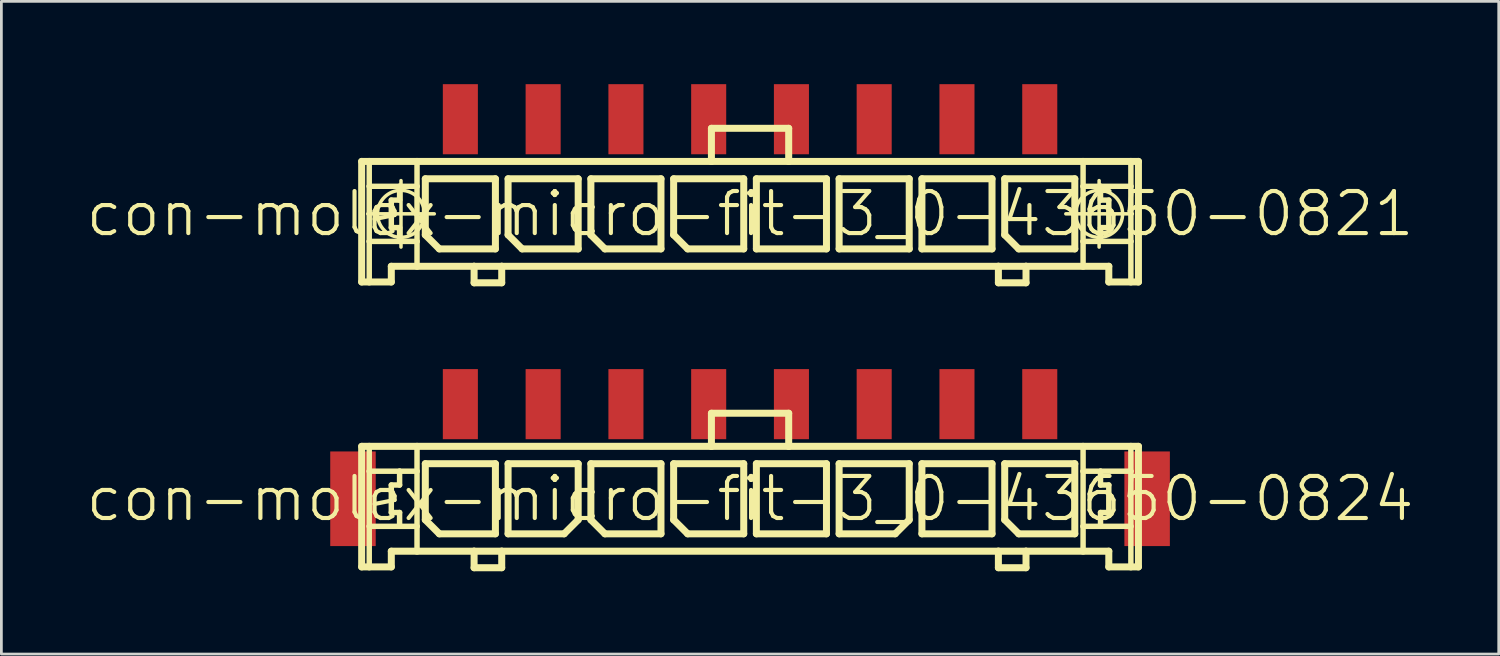
<source format=kicad_pcb>
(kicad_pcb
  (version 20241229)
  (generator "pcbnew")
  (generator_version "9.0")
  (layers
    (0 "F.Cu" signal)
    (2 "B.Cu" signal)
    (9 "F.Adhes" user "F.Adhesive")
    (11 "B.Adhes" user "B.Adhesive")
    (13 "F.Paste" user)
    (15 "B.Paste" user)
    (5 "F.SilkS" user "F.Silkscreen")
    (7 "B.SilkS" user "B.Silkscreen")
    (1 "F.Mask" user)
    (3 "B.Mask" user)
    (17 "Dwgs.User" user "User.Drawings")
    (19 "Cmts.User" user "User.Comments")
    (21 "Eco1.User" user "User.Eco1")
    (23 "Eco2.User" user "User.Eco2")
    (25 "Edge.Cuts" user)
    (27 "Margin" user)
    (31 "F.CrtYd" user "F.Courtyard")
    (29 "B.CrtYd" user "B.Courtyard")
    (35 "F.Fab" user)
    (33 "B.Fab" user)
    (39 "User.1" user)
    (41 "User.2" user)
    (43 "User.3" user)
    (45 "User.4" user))
  (footprint "con-molex-micro-fit-3_0-43650-0821"
    (layer "F.Cu")
    (at 24.13 4.699)
    (property "Reference" "con-molex-micro-fit-3_0-43650-0821" (at 0 0 0) (layer "F.SilkS") (effects (font (size 1.524 1.524) (thickness 0.15))))
    (attr smd)
    (fp_line (start -14.074 -1.9) (end -13.8 -1.9) (stroke (width 0.254) (type solid)) (layer "F.SilkS"))
    (fp_line (start -14.074 2.469) (end -14.074 -1.9) (stroke (width 0.254) (type solid)) (layer "F.SilkS"))
    (fp_line (start -13.853 0) (end -11.443 0) (stroke (width 0.127) (type solid)) (layer "F.SilkS"))
    (fp_line (start -13.8 -1.9) (end -12.068 -1.9) (stroke (width 0.254) (type solid)) (layer "F.SilkS"))
    (fp_line (start -13.8 -0.998) (end -13.8 -1.9) (stroke (width 0.198) (type solid)) (layer "F.SilkS"))
    (fp_line (start -13.8 0.998) (end -13.8 -0.998) (stroke (width 0.198) (type solid)) (layer "F.SilkS"))
    (fp_line (start -13.8 2.469) (end -14.074 2.469) (stroke (width 0.254) (type solid)) (layer "F.SilkS"))
    (fp_line (start -13.8 2.469) (end -13.8 0.998) (stroke (width 0.198) (type solid)) (layer "F.SilkS"))
    (fp_line (start -13 -0.498) (end -13 0.498) (stroke (width 0.198) (type solid)) (layer "F.SilkS"))
    (fp_line (start -13 0.498) (end -12.7 0.498) (stroke (width 0.198) (type solid)) (layer "F.SilkS"))
    (fp_line (start -13 1.9) (end -13 2.469) (stroke (width 0.254) (type solid)) (layer "F.SilkS"))
    (fp_line (start -13 2.469) (end -13.8 2.469) (stroke (width 0.254) (type solid)) (layer "F.SilkS"))
    (fp_line (start -12.7 -0.998) (end -13.8 -0.998) (stroke (width 0.198) (type solid)) (layer "F.SilkS"))
    (fp_line (start -12.7 -0.998) (end -12.7 -0.498) (stroke (width 0.198) (type solid)) (layer "F.SilkS"))
    (fp_line (start -12.7 -0.498) (end -13 -0.498) (stroke (width 0.198) (type solid)) (layer "F.SilkS"))
    (fp_line (start -12.7 0.498) (end -12.7 0.998) (stroke (width 0.198) (type solid)) (layer "F.SilkS"))
    (fp_line (start -12.7 0.998) (end -13.8 0.998) (stroke (width 0.198) (type solid)) (layer "F.SilkS"))
    (fp_line (start -12.649 1.204) (end -12.649 -1.204) (stroke (width 0.127) (type solid)) (layer "F.SilkS"))
    (fp_line (start -12.068 -1.9) (end -1.4 -1.9) (stroke (width 0.254) (type solid)) (layer "F.SilkS"))
    (fp_line (start -12.068 -0.998) (end -12.7 -0.998) (stroke (width 0.198) (type solid)) (layer "F.SilkS"))
    (fp_line (start -12.068 -0.998) (end -12.068 -1.9) (stroke (width 0.198) (type solid)) (layer "F.SilkS"))
    (fp_line (start -12.068 0.998) (end -12.7 0.998) (stroke (width 0.198) (type solid)) (layer "F.SilkS"))
    (fp_line (start -12.068 0.998) (end -12.068 -0.998) (stroke (width 0.198) (type solid)) (layer "F.SilkS"))
    (fp_line (start -12.068 1.9) (end -13 1.9) (stroke (width 0.254) (type solid)) (layer "F.SilkS"))
    (fp_line (start -12.068 1.9) (end -12.068 0.998) (stroke (width 0.198) (type solid)) (layer "F.SilkS"))
    (fp_line (start -11.768 -1.27) (end -9.228 -1.27) (stroke (width 0.254) (type solid)) (layer "F.SilkS"))
    (fp_line (start -11.768 0.762) (end -11.768 -1.27) (stroke (width 0.254) (type solid)) (layer "F.SilkS"))
    (fp_line (start -11.26 1.27) (end -11.768 0.762) (stroke (width 0.254) (type solid)) (layer "F.SilkS"))
    (fp_line (start -10 1.9) (end -12.068 1.9) (stroke (width 0.254) (type solid)) (layer "F.SilkS"))
    (fp_line (start -10 1.9) (end -10 2.499) (stroke (width 0.254) (type solid)) (layer "F.SilkS"))
    (fp_line (start -10 2.499) (end -8.999 2.499) (stroke (width 0.254) (type solid)) (layer "F.SilkS"))
    (fp_line (start -9.228 -1.27) (end -9.228 1.27) (stroke (width 0.254) (type solid)) (layer "F.SilkS"))
    (fp_line (start -9.228 1.27) (end -11.26 1.27) (stroke (width 0.254) (type solid)) (layer "F.SilkS"))
    (fp_line (start -8.999 1.9) (end -10 1.9) (stroke (width 0.254) (type solid)) (layer "F.SilkS"))
    (fp_line (start -8.999 2.499) (end -8.999 1.9) (stroke (width 0.254) (type solid)) (layer "F.SilkS"))
    (fp_line (start -8.768 -1.27) (end -6.228 -1.27) (stroke (width 0.254) (type solid)) (layer "F.SilkS"))
    (fp_line (start -8.768 0.762) (end -8.768 -1.27) (stroke (width 0.254) (type solid)) (layer "F.SilkS"))
    (fp_line (start -8.26 1.27) (end -8.768 0.762) (stroke (width 0.254) (type solid)) (layer "F.SilkS"))
    (fp_line (start -6.228 -1.27) (end -6.228 1.27) (stroke (width 0.254) (type solid)) (layer "F.SilkS"))
    (fp_line (start -6.228 1.27) (end -8.26 1.27) (stroke (width 0.254) (type solid)) (layer "F.SilkS"))
    (fp_line (start -5.768 -1.27) (end -3.228 -1.27) (stroke (width 0.254) (type solid)) (layer "F.SilkS"))
    (fp_line (start -5.768 0.762) (end -5.768 -1.27) (stroke (width 0.254) (type solid)) (layer "F.SilkS"))
    (fp_line (start -5.26 1.27) (end -5.768 0.762) (stroke (width 0.254) (type solid)) (layer "F.SilkS"))
    (fp_line (start -3.228 -1.27) (end -3.228 1.27) (stroke (width 0.254) (type solid)) (layer "F.SilkS"))
    (fp_line (start -3.228 1.27) (end -5.26 1.27) (stroke (width 0.254) (type solid)) (layer "F.SilkS"))
    (fp_line (start -2.769 -1.27) (end -0.229 -1.27) (stroke (width 0.254) (type solid)) (layer "F.SilkS"))
    (fp_line (start -2.769 0.762) (end -2.769 -1.27) (stroke (width 0.254) (type solid)) (layer "F.SilkS"))
    (fp_line (start -2.261 1.27) (end -2.769 0.762) (stroke (width 0.254) (type solid)) (layer "F.SilkS"))
    (fp_line (start -1.4 -3.099) (end -1.4 -1.9) (stroke (width 0.254) (type solid)) (layer "F.SilkS"))
    (fp_line (start -1.4 -3.099) (end 1.4 -3.099) (stroke (width 0.254) (type solid)) (layer "F.SilkS"))
    (fp_line (start -1.4 -1.9) (end 1.4 -1.9) (stroke (width 0.254) (type solid)) (layer "F.SilkS"))
    (fp_line (start -0.229 -1.27) (end -0.229 1.27) (stroke (width 0.254) (type solid)) (layer "F.SilkS"))
    (fp_line (start -0.229 1.27) (end -2.261 1.27) (stroke (width 0.254) (type solid)) (layer "F.SilkS"))
    (fp_line (start 0.229 -1.27) (end 2.769 -1.27) (stroke (width 0.254) (type solid)) (layer "F.SilkS"))
    (fp_line (start 0.229 1.27) (end 0.229 -1.27) (stroke (width 0.254) (type solid)) (layer "F.SilkS"))
    (fp_line (start 1.4 -3.099) (end 1.4 -1.9) (stroke (width 0.254) (type solid)) (layer "F.SilkS"))
    (fp_line (start 1.4 -1.9) (end 12.068 -1.9) (stroke (width 0.254) (type solid)) (layer "F.SilkS"))
    (fp_line (start 2.769 -1.27) (end 2.769 1.27) (stroke (width 0.254) (type solid)) (layer "F.SilkS"))
    (fp_line (start 2.769 1.27) (end 0.229 1.27) (stroke (width 0.254) (type solid)) (layer "F.SilkS"))
    (fp_line (start 3.228 -1.27) (end 5.768 -1.27) (stroke (width 0.254) (type solid)) (layer "F.SilkS"))
    (fp_line (start 3.228 1.27) (end 3.228 -1.27) (stroke (width 0.254) (type solid)) (layer "F.SilkS"))
    (fp_line (start 5.768 -1.27) (end 5.768 1.27) (stroke (width 0.254) (type solid)) (layer "F.SilkS"))
    (fp_line (start 5.768 1.27) (end 3.228 1.27) (stroke (width 0.254) (type solid)) (layer "F.SilkS"))
    (fp_line (start 6.228 -1.27) (end 8.768 -1.27) (stroke (width 0.254) (type solid)) (layer "F.SilkS"))
    (fp_line (start 6.228 1.27) (end 6.228 -1.27) (stroke (width 0.254) (type solid)) (layer "F.SilkS"))
    (fp_line (start 8.768 -1.27) (end 8.768 1.27) (stroke (width 0.254) (type solid)) (layer "F.SilkS"))
    (fp_line (start 8.768 1.27) (end 6.228 1.27) (stroke (width 0.254) (type solid)) (layer "F.SilkS"))
    (fp_line (start 8.999 1.9) (end -8.999 1.9) (stroke (width 0.254) (type solid)) (layer "F.SilkS"))
    (fp_line (start 8.999 1.9) (end 8.999 2.499) (stroke (width 0.254) (type solid)) (layer "F.SilkS"))
    (fp_line (start 8.999 2.499) (end 10 2.499) (stroke (width 0.254) (type solid)) (layer "F.SilkS"))
    (fp_line (start 9.228 -1.27) (end 11.768 -1.27) (stroke (width 0.254) (type solid)) (layer "F.SilkS"))
    (fp_line (start 9.228 0.762) (end 9.228 -1.27) (stroke (width 0.254) (type solid)) (layer "F.SilkS"))
    (fp_line (start 9.736 1.27) (end 9.228 0.762) (stroke (width 0.254) (type solid)) (layer "F.SilkS"))
    (fp_line (start 10 1.9) (end 8.999 1.9) (stroke (width 0.254) (type solid)) (layer "F.SilkS"))
    (fp_line (start 10 2.499) (end 10 1.9) (stroke (width 0.254) (type solid)) (layer "F.SilkS"))
    (fp_line (start 11.443 0) (end 13.853 0) (stroke (width 0.127) (type solid)) (layer "F.SilkS"))
    (fp_line (start 11.768 -1.27) (end 11.768 1.27) (stroke (width 0.254) (type solid)) (layer "F.SilkS"))
    (fp_line (start 11.768 1.27) (end 9.736 1.27) (stroke (width 0.254) (type solid)) (layer "F.SilkS"))
    (fp_line (start 12.068 -1.9) (end 12.068 -0.998) (stroke (width 0.198) (type solid)) (layer "F.SilkS"))
    (fp_line (start 12.068 -1.9) (end 13.8 -1.9) (stroke (width 0.254) (type solid)) (layer "F.SilkS"))
    (fp_line (start 12.068 -0.998) (end 12.068 0.998) (stroke (width 0.198) (type solid)) (layer "F.SilkS"))
    (fp_line (start 12.068 -0.998) (end 12.7 -0.998) (stroke (width 0.198) (type solid)) (layer "F.SilkS"))
    (fp_line (start 12.068 0.998) (end 12.068 1.9) (stroke (width 0.198) (type solid)) (layer "F.SilkS"))
    (fp_line (start 12.068 0.998) (end 12.7 0.998) (stroke (width 0.198) (type solid)) (layer "F.SilkS"))
    (fp_line (start 12.068 1.9) (end 10 1.9) (stroke (width 0.254) (type solid)) (layer "F.SilkS"))
    (fp_line (start 12.649 1.204) (end 12.649 -1.204) (stroke (width 0.127) (type solid)) (layer "F.SilkS"))
    (fp_line (start 12.7 -0.998) (end 12.7 -0.498) (stroke (width 0.198) (type solid)) (layer "F.SilkS"))
    (fp_line (start 12.7 -0.998) (end 13.8 -0.998) (stroke (width 0.198) (type solid)) (layer "F.SilkS"))
    (fp_line (start 12.7 -0.498) (end 13 -0.498) (stroke (width 0.198) (type solid)) (layer "F.SilkS"))
    (fp_line (start 12.7 0.498) (end 12.7 0.998) (stroke (width 0.198) (type solid)) (layer "F.SilkS"))
    (fp_line (start 12.7 0.998) (end 13.8 0.998) (stroke (width 0.198) (type solid)) (layer "F.SilkS"))
    (fp_line (start 13 -0.498) (end 13 0.498) (stroke (width 0.198) (type solid)) (layer "F.SilkS"))
    (fp_line (start 13 0.498) (end 12.7 0.498) (stroke (width 0.198) (type solid)) (layer "F.SilkS"))
    (fp_line (start 13 1.9) (end 12.068 1.9) (stroke (width 0.254) (type solid)) (layer "F.SilkS"))
    (fp_line (start 13 2.469) (end 13 1.9) (stroke (width 0.254) (type solid)) (layer "F.SilkS"))
    (fp_line (start 13 2.469) (end 13.8 2.469) (stroke (width 0.254) (type solid)) (layer "F.SilkS"))
    (fp_line (start 13.8 -1.9) (end 14.074 -1.9) (stroke (width 0.254) (type solid)) (layer "F.SilkS"))
    (fp_line (start 13.8 -0.998) (end 13.8 -1.9) (stroke (width 0.198) (type solid)) (layer "F.SilkS"))
    (fp_line (start 13.8 0.998) (end 13.8 -0.998) (stroke (width 0.198) (type solid)) (layer "F.SilkS"))
    (fp_line (start 13.8 2.469) (end 13.8 0.998) (stroke (width 0.198) (type solid)) (layer "F.SilkS"))
    (fp_line (start 13.8 2.469) (end 14.074 2.469) (stroke (width 0.254) (type solid)) (layer "F.SilkS"))
    (fp_line (start 14.074 -1.9) (end 14.074 2.469) (stroke (width 0.254) (type solid)) (layer "F.SilkS"))
    (fp_circle (center -12.649 0) (end -13.251 0.602) (stroke (width 0.127) (type solid)) (fill no) (layer "F.SilkS"))
    (fp_circle (center 12.649 0) (end 13.251 0.602) (stroke (width 0.127) (type solid)) (fill no) (layer "F.SilkS"))
    (pad "P$1" smd rect (at 10.498 -3.429) (size 1.27 2.54) (layers "F.Cu" "F.Mask" "F.Paste"))
    (pad "P$2" smd rect (at 7.498 -3.429) (size 1.27 2.54) (layers "F.Cu" "F.Mask" "F.Paste"))
    (pad "P$3" smd rect (at 4.498 -3.429) (size 1.27 2.54) (layers "F.Cu" "F.Mask" "F.Paste"))
    (pad "P$4" smd rect (at 1.499 -3.429) (size 1.27 2.54) (layers "F.Cu" "F.Mask" "F.Paste"))
    (pad "P$5" smd rect (at -1.499 -3.429) (size 1.27 2.54) (layers "F.Cu" "F.Mask" "F.Paste"))
    (pad "P$6" smd rect (at -4.498 -3.429) (size 1.27 2.54) (layers "F.Cu" "F.Mask" "F.Paste"))
    (pad "P$7" smd rect (at -7.498 -3.429) (size 1.27 2.54) (layers "F.Cu" "F.Mask" "F.Paste"))
    (pad "P$8" smd rect (at -10.498 -3.429) (size 1.27 2.54) (layers "F.Cu" "F.Mask" "F.Paste")))
  (footprint "con-molex-micro-fit-3_0-43650-0824"
    (layer "F.Cu")
    (at 24.13 15.024)
    (property "Reference" "con-molex-micro-fit-3_0-43650-0824" (at 0 0 0) (layer "F.SilkS") (effects (font (size 1.524 1.524) (thickness 0.15))))
    (attr smd)
    (fp_line (start -14.074 -1.9) (end -13.8 -1.9) (stroke (width 0.254) (type solid)) (layer "F.SilkS"))
    (fp_line (start -14.074 2.469) (end -14.074 -1.9) (stroke (width 0.254) (type solid)) (layer "F.SilkS"))
    (fp_line (start -13.8 -1.9) (end -12.068 -1.9) (stroke (width 0.254) (type solid)) (layer "F.SilkS"))
    (fp_line (start -13.8 -0.998) (end -13.8 -1.9) (stroke (width 0.198) (type solid)) (layer "F.SilkS"))
    (fp_line (start -13.8 0.998) (end -13.8 -0.998) (stroke (width 0.198) (type solid)) (layer "F.SilkS"))
    (fp_line (start -13.8 2.469) (end -14.074 2.469) (stroke (width 0.254) (type solid)) (layer "F.SilkS"))
    (fp_line (start -13.8 2.469) (end -13.8 0.998) (stroke (width 0.198) (type solid)) (layer "F.SilkS"))
    (fp_line (start -13 -0.498) (end -13 0.498) (stroke (width 0.198) (type solid)) (layer "F.SilkS"))
    (fp_line (start -13 0.498) (end -12.7 0.498) (stroke (width 0.198) (type solid)) (layer "F.SilkS"))
    (fp_line (start -13 1.9) (end -13 2.469) (stroke (width 0.254) (type solid)) (layer "F.SilkS"))
    (fp_line (start -13 2.469) (end -13.8 2.469) (stroke (width 0.254) (type solid)) (layer "F.SilkS"))
    (fp_line (start -12.7 -0.998) (end -13.8 -0.998) (stroke (width 0.198) (type solid)) (layer "F.SilkS"))
    (fp_line (start -12.7 -0.998) (end -12.7 -0.498) (stroke (width 0.198) (type solid)) (layer "F.SilkS"))
    (fp_line (start -12.7 -0.498) (end -13 -0.498) (stroke (width 0.198) (type solid)) (layer "F.SilkS"))
    (fp_line (start -12.7 0.498) (end -12.7 0.998) (stroke (width 0.198) (type solid)) (layer "F.SilkS"))
    (fp_line (start -12.7 0.998) (end -13.8 0.998) (stroke (width 0.198) (type solid)) (layer "F.SilkS"))
    (fp_line (start -12.068 -1.9) (end -1.4 -1.9) (stroke (width 0.254) (type solid)) (layer "F.SilkS"))
    (fp_line (start -12.068 -0.998) (end -12.7 -0.998) (stroke (width 0.198) (type solid)) (layer "F.SilkS"))
    (fp_line (start -12.068 -0.998) (end -12.068 -1.9) (stroke (width 0.198) (type solid)) (layer "F.SilkS"))
    (fp_line (start -12.068 0.998) (end -12.7 0.998) (stroke (width 0.198) (type solid)) (layer "F.SilkS"))
    (fp_line (start -12.068 0.998) (end -12.068 -0.998) (stroke (width 0.198) (type solid)) (layer "F.SilkS"))
    (fp_line (start -12.068 1.9) (end -13 1.9) (stroke (width 0.254) (type solid)) (layer "F.SilkS"))
    (fp_line (start -12.068 1.9) (end -12.068 0.998) (stroke (width 0.198) (type solid)) (layer "F.SilkS"))
    (fp_line (start -11.768 -1.27) (end -9.228 -1.27) (stroke (width 0.254) (type solid)) (layer "F.SilkS"))
    (fp_line (start -11.768 0.762) (end -11.768 -1.27) (stroke (width 0.254) (type solid)) (layer "F.SilkS"))
    (fp_line (start -11.26 1.27) (end -11.768 0.762) (stroke (width 0.254) (type solid)) (layer "F.SilkS"))
    (fp_line (start -10 1.9) (end -12.068 1.9) (stroke (width 0.254) (type solid)) (layer "F.SilkS"))
    (fp_line (start -10 1.9) (end -10 2.499) (stroke (width 0.254) (type solid)) (layer "F.SilkS"))
    (fp_line (start -10 2.499) (end -8.999 2.499) (stroke (width 0.254) (type solid)) (layer "F.SilkS"))
    (fp_line (start -9.228 -1.27) (end -9.228 1.27) (stroke (width 0.254) (type solid)) (layer "F.SilkS"))
    (fp_line (start -9.228 1.27) (end -11.26 1.27) (stroke (width 0.254) (type solid)) (layer "F.SilkS"))
    (fp_line (start -8.999 1.9) (end -10 1.9) (stroke (width 0.254) (type solid)) (layer "F.SilkS"))
    (fp_line (start -8.999 2.499) (end -8.999 1.9) (stroke (width 0.254) (type solid)) (layer "F.SilkS"))
    (fp_line (start -8.768 -1.27) (end -8.768 1.27) (stroke (width 0.254) (type solid)) (layer "F.SilkS"))
    (fp_line (start -8.768 1.27) (end -6.736 1.27) (stroke (width 0.254) (type solid)) (layer "F.SilkS"))
    (fp_line (start -6.736 1.27) (end -6.228 0.762) (stroke (width 0.254) (type solid)) (layer "F.SilkS"))
    (fp_line (start -6.228 -1.27) (end -8.768 -1.27) (stroke (width 0.254) (type solid)) (layer "F.SilkS"))
    (fp_line (start -6.228 0.762) (end -6.228 -1.27) (stroke (width 0.254) (type solid)) (layer "F.SilkS"))
    (fp_line (start -5.768 -1.27) (end -3.228 -1.27) (stroke (width 0.254) (type solid)) (layer "F.SilkS"))
    (fp_line (start -5.768 0.762) (end -5.768 -1.27) (stroke (width 0.254) (type solid)) (layer "F.SilkS"))
    (fp_line (start -5.26 1.27) (end -5.768 0.762) (stroke (width 0.254) (type solid)) (layer "F.SilkS"))
    (fp_line (start -3.228 -1.27) (end -3.228 1.27) (stroke (width 0.254) (type solid)) (layer "F.SilkS"))
    (fp_line (start -3.228 1.27) (end -5.26 1.27) (stroke (width 0.254) (type solid)) (layer "F.SilkS"))
    (fp_line (start -2.769 -1.27) (end -0.229 -1.27) (stroke (width 0.254) (type solid)) (layer "F.SilkS"))
    (fp_line (start -2.769 0.762) (end -2.769 -1.27) (stroke (width 0.254) (type solid)) (layer "F.SilkS"))
    (fp_line (start -2.261 1.27) (end -2.769 0.762) (stroke (width 0.254) (type solid)) (layer "F.SilkS"))
    (fp_line (start -1.4 -3.099) (end -1.4 -1.9) (stroke (width 0.254) (type solid)) (layer "F.SilkS"))
    (fp_line (start -1.4 -3.099) (end 1.4 -3.099) (stroke (width 0.254) (type solid)) (layer "F.SilkS"))
    (fp_line (start -1.4 -1.9) (end 1.4 -1.9) (stroke (width 0.254) (type solid)) (layer "F.SilkS"))
    (fp_line (start -0.229 -1.27) (end -0.229 1.27) (stroke (width 0.254) (type solid)) (layer "F.SilkS"))
    (fp_line (start -0.229 1.27) (end -2.261 1.27) (stroke (width 0.254) (type solid)) (layer "F.SilkS"))
    (fp_line (start 0.229 -1.27) (end 2.769 -1.27) (stroke (width 0.254) (type solid)) (layer "F.SilkS"))
    (fp_line (start 0.229 1.27) (end 0.229 -1.27) (stroke (width 0.254) (type solid)) (layer "F.SilkS"))
    (fp_line (start 1.4 -3.099) (end 1.4 -1.9) (stroke (width 0.254) (type solid)) (layer "F.SilkS"))
    (fp_line (start 1.4 -1.9) (end 12.068 -1.9) (stroke (width 0.254) (type solid)) (layer "F.SilkS"))
    (fp_line (start 2.769 -1.27) (end 2.769 1.27) (stroke (width 0.254) (type solid)) (layer "F.SilkS"))
    (fp_line (start 2.769 1.27) (end 0.229 1.27) (stroke (width 0.254) (type solid)) (layer "F.SilkS"))
    (fp_line (start 3.228 -1.27) (end 3.228 1.27) (stroke (width 0.254) (type solid)) (layer "F.SilkS"))
    (fp_line (start 3.228 1.27) (end 5.26 1.27) (stroke (width 0.254) (type solid)) (layer "F.SilkS"))
    (fp_line (start 5.26 1.27) (end 5.768 0.762) (stroke (width 0.254) (type solid)) (layer "F.SilkS"))
    (fp_line (start 5.768 -1.27) (end 3.228 -1.27) (stroke (width 0.254) (type solid)) (layer "F.SilkS"))
    (fp_line (start 5.768 0.762) (end 5.768 -1.27) (stroke (width 0.254) (type solid)) (layer "F.SilkS"))
    (fp_line (start 6.228 -1.27) (end 8.768 -1.27) (stroke (width 0.254) (type solid)) (layer "F.SilkS"))
    (fp_line (start 6.228 1.27) (end 6.228 -1.27) (stroke (width 0.254) (type solid)) (layer "F.SilkS"))
    (fp_line (start 8.768 -1.27) (end 8.768 1.27) (stroke (width 0.254) (type solid)) (layer "F.SilkS"))
    (fp_line (start 8.768 1.27) (end 6.228 1.27) (stroke (width 0.254) (type solid)) (layer "F.SilkS"))
    (fp_line (start 8.999 1.9) (end -8.999 1.9) (stroke (width 0.254) (type solid)) (layer "F.SilkS"))
    (fp_line (start 8.999 1.9) (end 8.999 2.499) (stroke (width 0.254) (type solid)) (layer "F.SilkS"))
    (fp_line (start 8.999 2.499) (end 10 2.499) (stroke (width 0.254) (type solid)) (layer "F.SilkS"))
    (fp_line (start 9.228 -1.27) (end 11.768 -1.27) (stroke (width 0.254) (type solid)) (layer "F.SilkS"))
    (fp_line (start 9.228 0.762) (end 9.228 -1.27) (stroke (width 0.254) (type solid)) (layer "F.SilkS"))
    (fp_line (start 9.736 1.27) (end 9.228 0.762) (stroke (width 0.254) (type solid)) (layer "F.SilkS"))
    (fp_line (start 10 1.9) (end 8.999 1.9) (stroke (width 0.254) (type solid)) (layer "F.SilkS"))
    (fp_line (start 10 2.499) (end 10 1.9) (stroke (width 0.254) (type solid)) (layer "F.SilkS"))
    (fp_line (start 11.768 -1.27) (end 11.768 1.27) (stroke (width 0.254) (type solid)) (layer "F.SilkS"))
    (fp_line (start 11.768 1.27) (end 9.736 1.27) (stroke (width 0.254) (type solid)) (layer "F.SilkS"))
    (fp_line (start 12.068 -1.9) (end 12.068 -0.998) (stroke (width 0.198) (type solid)) (layer "F.SilkS"))
    (fp_line (start 12.068 -1.9) (end 13.8 -1.9) (stroke (width 0.254) (type solid)) (layer "F.SilkS"))
    (fp_line (start 12.068 -0.998) (end 12.068 0.998) (stroke (width 0.198) (type solid)) (layer "F.SilkS"))
    (fp_line (start 12.068 -0.998) (end 12.7 -0.998) (stroke (width 0.198) (type solid)) (layer "F.SilkS"))
    (fp_line (start 12.068 0.998) (end 12.068 1.9) (stroke (width 0.198) (type solid)) (layer "F.SilkS"))
    (fp_line (start 12.068 0.998) (end 12.7 0.998) (stroke (width 0.198) (type solid)) (layer "F.SilkS"))
    (fp_line (start 12.068 1.9) (end 10 1.9) (stroke (width 0.254) (type solid)) (layer "F.SilkS"))
    (fp_line (start 12.7 -0.998) (end 12.7 -0.498) (stroke (width 0.198) (type solid)) (layer "F.SilkS"))
    (fp_line (start 12.7 -0.998) (end 13.8 -0.998) (stroke (width 0.198) (type solid)) (layer "F.SilkS"))
    (fp_line (start 12.7 -0.498) (end 13 -0.498) (stroke (width 0.198) (type solid)) (layer "F.SilkS"))
    (fp_line (start 12.7 0.498) (end 12.7 0.998) (stroke (width 0.198) (type solid)) (layer "F.SilkS"))
    (fp_line (start 12.7 0.998) (end 13.8 0.998) (stroke (width 0.198) (type solid)) (layer "F.SilkS"))
    (fp_line (start 13 -0.498) (end 13 0.498) (stroke (width 0.198) (type solid)) (layer "F.SilkS"))
    (fp_line (start 13 0.498) (end 12.7 0.498) (stroke (width 0.198) (type solid)) (layer "F.SilkS"))
    (fp_line (start 13 1.9) (end 12.068 1.9) (stroke (width 0.254) (type solid)) (layer "F.SilkS"))
    (fp_line (start 13 2.469) (end 13 1.9) (stroke (width 0.254) (type solid)) (layer "F.SilkS"))
    (fp_line (start 13 2.469) (end 13.8 2.469) (stroke (width 0.254) (type solid)) (layer "F.SilkS"))
    (fp_line (start 13.8 -1.9) (end 14.074 -1.9) (stroke (width 0.254) (type solid)) (layer "F.SilkS"))
    (fp_line (start 13.8 -0.998) (end 13.8 -1.9) (stroke (width 0.198) (type solid)) (layer "F.SilkS"))
    (fp_line (start 13.8 0.998) (end 13.8 -0.998) (stroke (width 0.198) (type solid)) (layer "F.SilkS"))
    (fp_line (start 13.8 2.469) (end 13.8 0.998) (stroke (width 0.198) (type solid)) (layer "F.SilkS"))
    (fp_line (start 13.8 2.469) (end 14.074 2.469) (stroke (width 0.254) (type solid)) (layer "F.SilkS"))
    (fp_line (start 14.074 -1.9) (end 14.074 2.469) (stroke (width 0.254) (type solid)) (layer "F.SilkS"))
    (pad "P$1" smd rect (at 10.498 -3.429) (size 1.27 2.54) (layers "F.Cu" "F.Mask" "F.Paste"))
    (pad "P$2" smd rect (at 7.498 -3.429) (size 1.27 2.54) (layers "F.Cu" "F.Mask" "F.Paste"))
    (pad "P$3" smd rect (at 4.498 -3.429) (size 1.27 2.54) (layers "F.Cu" "F.Mask" "F.Paste"))
    (pad "P$4" smd rect (at 1.499 -3.429) (size 1.27 2.54) (layers "F.Cu" "F.Mask" "F.Paste"))
    (pad "P$5" smd rect (at -1.499 -3.429) (size 1.27 2.54) (layers "F.Cu" "F.Mask" "F.Paste"))
    (pad "P$6" smd rect (at -4.498 -3.429) (size 1.27 2.54) (layers "F.Cu" "F.Mask" "F.Paste"))
    (pad "P$7" smd rect (at -7.498 -3.429) (size 1.27 2.54) (layers "F.Cu" "F.Mask" "F.Paste"))
    (pad "P$8" smd rect (at -10.498 -3.429) (size 1.27 2.54) (layers "F.Cu" "F.Mask" "F.Paste"))
    (pad "TAB1" smd rect (at 14.389 0) (size 1.648 3.429) (layers "F.Cu" "F.Mask" "F.Paste"))
    (pad "TAB2" smd rect (at -14.389 0) (size 1.648 3.429) (layers "F.Cu" "F.Mask" "F.Paste")))
  (gr_rect
    (start -3 -3)
    (end 51.26 20.651)
    (stroke (width 0.1) (type default))
    (fill no)
    (layer "Edge.Cuts")))
</source>
